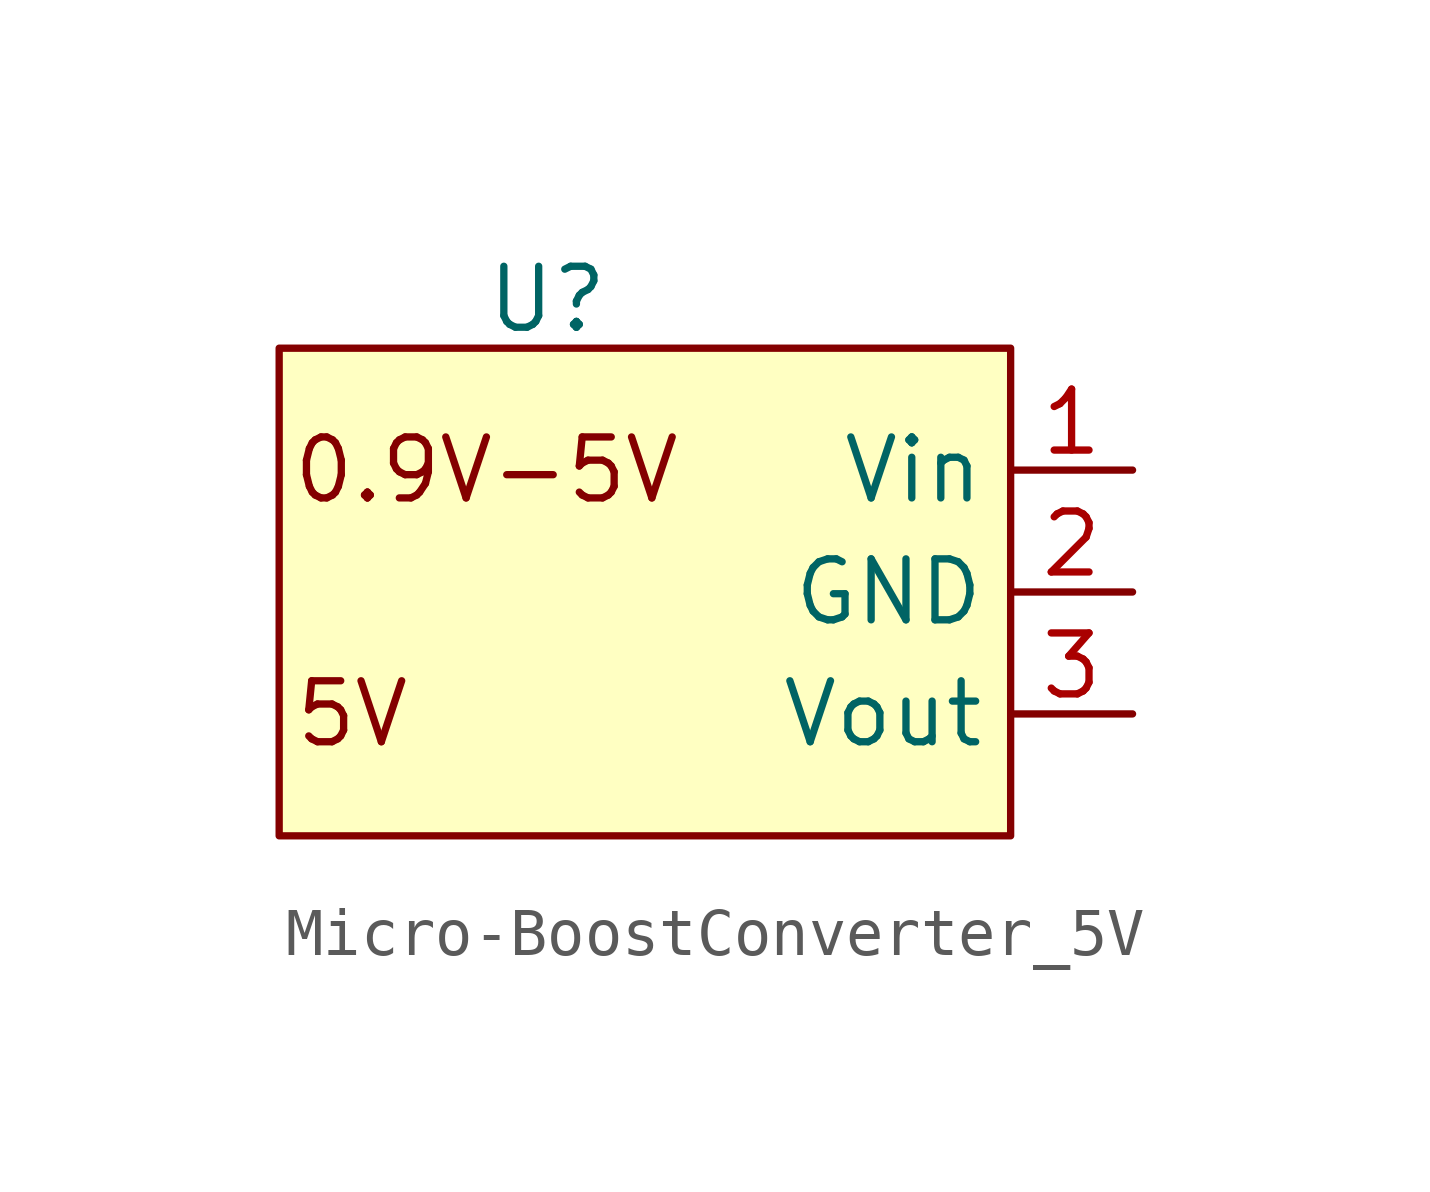
<source format=kicad_sym>
(kicad_symbol_lib
  (version 20241209)
  (generator "kicad_symbol_editor")
  (generator_version "9.0")
  (symbol "Micro-BoostConverter_5V"
    (property "Reference" "U"
      (at -12.192 1.016 0)
      (effects (font (size 1.27 1.27))))
    (property "Value" ""
      (at 0 0 0)
      (effects (font (size 1.27 1.27))))
    (symbol "Micro-BoostConverter_5V_1_1"
      (rectangle (start -17.78 0) (end -2.54 -10.16) (stroke (width 0) (type solid)) (fill (type background)))
      (text "5V\n" (at -16.256 -7.62 0) (effects (font (size 1.27 1.27))))
      (text "0.9V-5V" (at -13.462 -2.54 0) (effects (font (size 1.27 1.27))))
      (pin power_in line (at 0 -2.54 180) (length 2.54) (name "Vin" (effects (font (size 1.27 1.27)))) (number "1" (effects (font (size 1.27 1.27)))))
      (pin power_in line (at 0 -5.08 180) (length 2.54) (name "GND" (effects (font (size 1.27 1.27)))) (number "2" (effects (font (size 1.27 1.27)))))
      (pin power_out line (at 0 -7.62 180) (length 2.54) (name "Vout" (effects (font (size 1.27 1.27)))) (number "3" (effects (font (size 1.27 1.27))))))))
</source>
